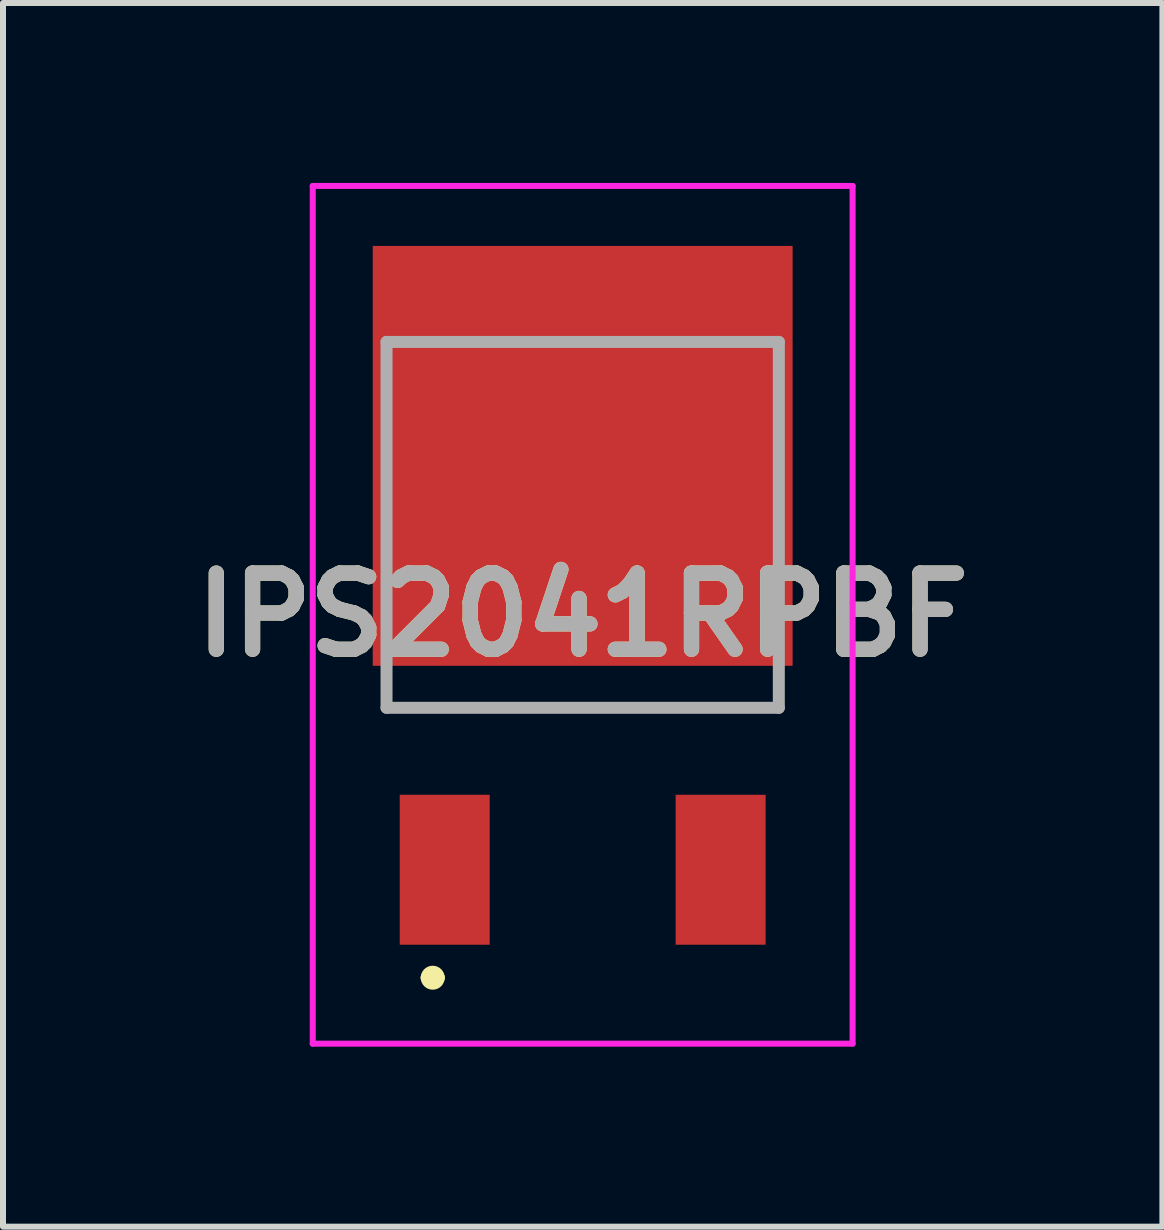
<source format=kicad_pcb>
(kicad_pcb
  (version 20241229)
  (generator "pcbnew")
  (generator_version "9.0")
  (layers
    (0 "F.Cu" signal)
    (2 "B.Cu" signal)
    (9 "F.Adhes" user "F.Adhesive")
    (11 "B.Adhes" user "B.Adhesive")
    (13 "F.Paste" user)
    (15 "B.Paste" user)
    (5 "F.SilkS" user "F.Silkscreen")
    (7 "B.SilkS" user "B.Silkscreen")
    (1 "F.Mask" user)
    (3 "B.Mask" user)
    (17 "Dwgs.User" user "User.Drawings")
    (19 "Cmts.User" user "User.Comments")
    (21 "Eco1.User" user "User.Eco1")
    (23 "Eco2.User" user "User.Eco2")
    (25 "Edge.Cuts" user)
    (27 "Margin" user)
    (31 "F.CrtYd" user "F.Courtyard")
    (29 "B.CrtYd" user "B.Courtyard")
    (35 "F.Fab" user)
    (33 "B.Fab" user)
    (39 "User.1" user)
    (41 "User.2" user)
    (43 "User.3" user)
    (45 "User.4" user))
  (footprint "IPS2041RPBF"
    (layer "F.Cu")
    (at 6.664 2.45)
    (property "Reference" "IPS2041RPBF" (at 0 4.75 0) (layer "F.SilkS") (effects (font (size 1.27 1.27) (thickness 0.254))))
    (attr smd)
    (fp_line (start -3.27 5.8) (end -3.27 6.3) (stroke (width 0.1) (type solid)) (layer "F.SilkS"))
    (fp_line (start -3.27 6.3) (end 3.27 6.3) (stroke (width 0.1) (type solid)) (layer "F.SilkS"))
    (fp_line (start -2.6 10.8) (end -2.6 10.8) (stroke (width 0.2) (type solid)) (layer "F.SilkS"))
    (fp_line (start -2.4 10.8) (end -2.4 10.8) (stroke (width 0.2) (type solid)) (layer "F.SilkS"))
    (fp_line (start 3.27 6.3) (end 3.27 5.8) (stroke (width 0.1) (type solid)) (layer "F.SilkS"))
    (fp_arc (start -2.6 10.8) (mid -2.5 10.7) (end -2.4 10.8) (stroke (width 0.2) (type solid)) (layer "F.SilkS"))
    (fp_arc (start -2.4 10.8) (mid -2.5 10.9) (end -2.6 10.8) (stroke (width 0.2) (type solid)) (layer "F.SilkS"))
    (fp_line (start -4.5 -2.4) (end 4.5 -2.4) (stroke (width 0.1) (type solid)) (layer "F.CrtYd"))
    (fp_line (start -4.5 11.9) (end -4.5 -2.4) (stroke (width 0.1) (type solid)) (layer "F.CrtYd"))
    (fp_line (start 4.5 -2.4) (end 4.5 11.9) (stroke (width 0.1) (type solid)) (layer "F.CrtYd"))
    (fp_line (start 4.5 11.9) (end -4.5 11.9) (stroke (width 0.1) (type solid)) (layer "F.CrtYd"))
    (fp_line (start -3.27 0.2) (end 3.27 0.2) (stroke (width 0.2) (type solid)) (layer "F.Fab"))
    (fp_line (start -3.27 6.3) (end -3.27 0.2) (stroke (width 0.2) (type solid)) (layer "F.Fab"))
    (fp_line (start 3.27 0.2) (end 3.27 6.3) (stroke (width 0.2) (type solid)) (layer "F.Fab"))
    (fp_line (start 3.27 6.3) (end -3.27 6.3) (stroke (width 0.2) (type solid)) (layer "F.Fab"))
    (fp_text user "${REFERENCE}" (at 0 4.75 0) (layer "F.Fab") (effects (font (size 1.27 1.27) (thickness 0.254))))
    (pad "1" smd rect (at -2.3 9) (size 1.5 2.5) (layers "F.Cu" "F.Mask" "F.Paste"))
    (pad "2" smd rect (at 2.3 9) (size 1.5 2.5) (layers "F.Cu" "F.Mask" "F.Paste"))
    (pad "3" smd rect (at 0 2.1) (size 7 7) (layers "F.Cu" "F.Mask" "F.Paste")))
  (gr_rect
    (start -3 -3)
    (end 16.329 17.4)
    (stroke (width 0.1) (type default))
    (fill no)
    (layer "Edge.Cuts")))
</source>
